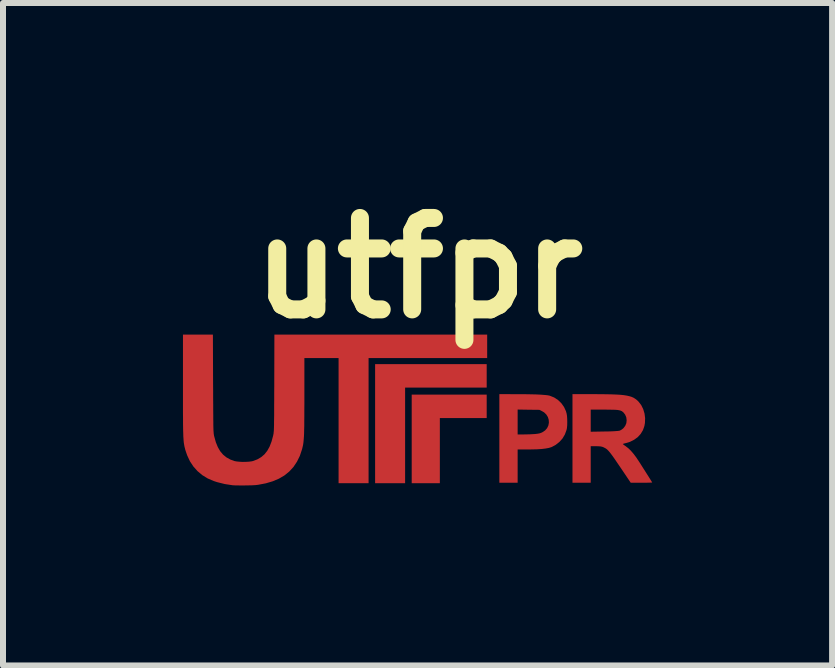
<source format=kicad_pcb>
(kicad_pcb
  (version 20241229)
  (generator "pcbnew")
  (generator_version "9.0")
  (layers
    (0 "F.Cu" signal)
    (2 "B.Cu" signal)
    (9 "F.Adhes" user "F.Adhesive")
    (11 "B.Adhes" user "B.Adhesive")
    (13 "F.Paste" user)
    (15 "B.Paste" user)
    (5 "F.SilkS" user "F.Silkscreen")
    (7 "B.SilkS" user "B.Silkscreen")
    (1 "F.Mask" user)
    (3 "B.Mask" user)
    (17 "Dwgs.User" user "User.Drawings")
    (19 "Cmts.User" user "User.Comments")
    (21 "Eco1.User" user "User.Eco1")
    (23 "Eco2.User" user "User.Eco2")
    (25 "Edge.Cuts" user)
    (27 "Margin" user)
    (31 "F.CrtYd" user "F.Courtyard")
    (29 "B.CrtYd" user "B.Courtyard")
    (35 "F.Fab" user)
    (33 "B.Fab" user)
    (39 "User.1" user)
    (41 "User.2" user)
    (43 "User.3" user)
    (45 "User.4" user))
  (footprint "utfpr"
    (layer "F.Cu")
    (at 3.93 3.958)
    (property "Reference" "utfpr" (at 0 -2.54 0) (layer "F.SilkS") (effects (font (size 1.524 1.524) (thickness 0.3))))
    (attr board_only exclude_from_pos_files exclude_from_bom)
    (fp_poly (pts (xy 1.133 -0.547) (xy -0.227 -0.547) (xy -0.227 1.047) (xy -0.727 1.047) (xy -0.727 -0.938) (xy 1.133 -0.938)) (stroke (width 0) (type solid)) (fill yes) (layer "F.Cu"))
    (fp_poly (pts (xy 1.133 -0.039) (xy 0.352 -0.039) (xy 0.352 1.047) (xy -0.117 1.047) (xy -0.117 -0.43) (xy 1.133 -0.43)) (stroke (width 0) (type solid)) (fill yes) (layer "F.Cu"))
    (fp_poly (pts (xy 1.627 -0.437) (xy 1.751 -0.437) (xy 1.861 -0.435) (xy 1.956 -0.433) (xy 2.035 -0.429) (xy 2.1 -0.424) (xy 2.149 -0.419) (xy 2.183 -0.412) (xy 2.186 -0.411) (xy 2.258 -0.382) (xy 2.322 -0.34) (xy 2.377 -0.287) (xy 2.422 -0.224) (xy 2.454 -0.154) (xy 2.465 -0.115) (xy 2.472 -0.074) (xy 2.475 -0.024) (xy 2.476 0.03) (xy 2.475 0.083) (xy 2.47 0.131) (xy 2.464 0.159) (xy 2.437 0.233) (xy 2.397 0.301) (xy 2.345 0.359) (xy 2.283 0.408) (xy 2.213 0.445) (xy 2.21 0.446) (xy 2.168 0.459) (xy 2.113 0.469) (xy 2.046 0.477) (xy 1.965 0.482) (xy 1.87 0.484) (xy 1.826 0.484) (xy 1.649 0.484) (xy 1.649 1.039) (xy 1.344 1.039) (xy 1.344 -0.181) (xy 1.649 -0.181) (xy 1.649 0.234) (xy 1.752 0.234) (xy 1.801 0.233) (xy 1.853 0.232) (xy 1.903 0.229) (xy 1.938 0.227) (xy 1.981 0.222) (xy 2.014 0.216) (xy 2.041 0.207) (xy 2.062 0.197) (xy 2.107 0.167) (xy 2.14 0.129) (xy 2.161 0.085) (xy 2.17 0.038) (xy 2.167 -0.01) (xy 2.153 -0.056) (xy 2.127 -0.098) (xy 2.09 -0.134) (xy 2.059 -0.152) (xy 2.012 -0.176) (xy 1.83 -0.178) (xy 1.649 -0.181) (xy 1.344 -0.181) (xy 1.344 -0.438)) (stroke (width 0) (type solid)) (fill yes) (layer "F.Cu"))
    (fp_poly (pts (xy 2.901 -0.438) (xy 3.019 -0.437) (xy 3.124 -0.436) (xy 3.215 -0.434) (xy 3.294 -0.431) (xy 3.362 -0.427) (xy 3.42 -0.421) (xy 3.47 -0.413) (xy 3.513 -0.403) (xy 3.549 -0.392) (xy 3.581 -0.378) (xy 3.608 -0.361) (xy 3.634 -0.342) (xy 3.657 -0.32) (xy 3.665 -0.312) (xy 3.709 -0.255) (xy 3.742 -0.188) (xy 3.764 -0.115) (xy 3.774 -0.038) (xy 3.771 0.042) (xy 3.762 0.093) (xy 3.738 0.162) (xy 3.7 0.225) (xy 3.651 0.279) (xy 3.59 0.323) (xy 3.52 0.358) (xy 3.454 0.378) (xy 3.429 0.384) (xy 3.41 0.39) (xy 3.402 0.393) (xy 3.406 0.398) (xy 3.421 0.41) (xy 3.444 0.426) (xy 3.455 0.434) (xy 3.496 0.466) (xy 3.537 0.506) (xy 3.58 0.556) (xy 3.626 0.617) (xy 3.675 0.691) (xy 3.683 0.703) (xy 3.733 0.782) (xy 3.775 0.848) (xy 3.81 0.903) (xy 3.838 0.947) (xy 3.859 0.981) (xy 3.875 1.006) (xy 3.885 1.023) (xy 3.89 1.032) (xy 3.891 1.035) (xy 3.883 1.036) (xy 3.863 1.037) (xy 3.83 1.038) (xy 3.789 1.039) (xy 3.741 1.039) (xy 3.712 1.039) (xy 3.534 1.039) (xy 3.388 0.822) (xy 3.337 0.747) (xy 3.294 0.684) (xy 3.258 0.631) (xy 3.227 0.588) (xy 3.202 0.554) (xy 3.18 0.527) (xy 3.161 0.505) (xy 3.145 0.489) (xy 3.13 0.476) (xy 3.115 0.466) (xy 3.111 0.464) (xy 3.085 0.45) (xy 3.06 0.44) (xy 3.032 0.434) (xy 2.996 0.431) (xy 2.95 0.43) (xy 2.94 0.43) (xy 2.867 0.43) (xy 2.867 1.039) (xy 2.563 1.039) (xy 2.563 0.189) (xy 2.867 0.189) (xy 3.092 0.185) (xy 3.163 0.184) (xy 3.225 0.182) (xy 3.276 0.179) (xy 3.315 0.176) (xy 3.34 0.173) (xy 3.347 0.172) (xy 3.37 0.161) (xy 3.396 0.143) (xy 3.412 0.13) (xy 3.442 0.091) (xy 3.461 0.046) (xy 3.466 -0.003) (xy 3.46 -0.051) (xy 3.441 -0.096) (xy 3.414 -0.131) (xy 3.399 -0.144) (xy 3.384 -0.155) (xy 3.365 -0.163) (xy 3.343 -0.169) (xy 3.314 -0.174) (xy 3.276 -0.177) (xy 3.229 -0.178) (xy 3.17 -0.179) (xy 3.098 -0.18) (xy 3.089 -0.18) (xy 2.867 -0.18) (xy 2.867 0.189) (xy 2.563 0.189) (xy 2.563 -0.438)) (stroke (width 0) (type solid)) (fill yes) (layer "F.Cu"))
    (fp_poly (pts (xy -3.428 -0.615) (xy -3.427 -0.485) (xy -3.427 -0.369) (xy -3.426 -0.266) (xy -3.426 -0.177) (xy -3.425 -0.099) (xy -3.425 -0.032) (xy -3.424 0.025) (xy -3.424 0.074) (xy -3.423 0.114) (xy -3.422 0.147) (xy -3.421 0.175) (xy -3.419 0.197) (xy -3.418 0.215) (xy -3.416 0.231) (xy -3.414 0.244) (xy -3.412 0.255) (xy -3.409 0.267) (xy -3.408 0.27) (xy -3.382 0.364) (xy -3.349 0.445) (xy -3.31 0.513) (xy -3.262 0.57) (xy -3.206 0.616) (xy -3.141 0.652) (xy -3.074 0.677) (xy -3.038 0.684) (xy -2.99 0.689) (xy -2.936 0.692) (xy -2.881 0.691) (xy -2.829 0.688) (xy -2.784 0.682) (xy -2.762 0.677) (xy -2.689 0.649) (xy -2.626 0.612) (xy -2.571 0.565) (xy -2.525 0.507) (xy -2.486 0.437) (xy -2.454 0.354) (xy -2.428 0.258) (xy -2.425 0.246) (xy -2.423 0.234) (xy -2.42 0.221) (xy -2.419 0.206) (xy -2.417 0.189) (xy -2.415 0.169) (xy -2.414 0.143) (xy -2.413 0.112) (xy -2.412 0.075) (xy -2.412 0.03) (xy -2.411 -0.024) (xy -2.41 -0.087) (xy -2.41 -0.16) (xy -2.41 -0.245) (xy -2.409 -0.343) (xy -2.409 -0.453) (xy -2.408 -0.578) (xy -2.408 -0.623) (xy -2.406 -1.43) (xy 1.141 -1.43) (xy 1.141 -1.039) (xy -0.836 -1.039) (xy -0.836 1.047) (xy -1.336 1.047) (xy -1.336 -1.039) (xy -1.906 -1.039) (xy -1.906 -0.399) (xy -1.906 -0.274) (xy -1.907 -0.163) (xy -1.907 -0.065) (xy -1.908 0.02) (xy -1.908 0.094) (xy -1.91 0.158) (xy -1.911 0.214) (xy -1.913 0.261) (xy -1.916 0.302) (xy -1.919 0.338) (xy -1.922 0.369) (xy -1.926 0.397) (xy -1.931 0.423) (xy -1.937 0.448) (xy -1.943 0.474) (xy -1.946 0.484) (xy -1.982 0.592) (xy -2.03 0.689) (xy -2.088 0.776) (xy -2.157 0.851) (xy -2.238 0.917) (xy -2.33 0.971) (xy -2.434 1.015) (xy -2.549 1.049) (xy -2.676 1.073) (xy -2.715 1.078) (xy -2.745 1.08) (xy -2.786 1.082) (xy -2.836 1.083) (xy -2.891 1.084) (xy -2.946 1.085) (xy -3 1.084) (xy -3.047 1.084) (xy -3.084 1.082) (xy -3.102 1.081) (xy -3.233 1.061) (xy -3.361 1.029) (xy -3.416 1.011) (xy -3.517 0.968) (xy -3.607 0.913) (xy -3.687 0.846) (xy -3.756 0.769) (xy -3.814 0.681) (xy -3.86 0.582) (xy -3.886 0.507) (xy -3.893 0.484) (xy -3.898 0.462) (xy -3.904 0.441) (xy -3.908 0.419) (xy -3.912 0.396) (xy -3.916 0.371) (xy -3.919 0.342) (xy -3.921 0.309) (xy -3.924 0.27) (xy -3.925 0.226) (xy -3.927 0.174) (xy -3.928 0.114) (xy -3.929 0.044) (xy -3.929 -0.035) (xy -3.93 -0.125) (xy -3.93 -0.228) (xy -3.93 -0.343) (xy -3.93 -0.473) (xy -3.93 -0.578) (xy -3.93 -1.43) (xy -3.431 -1.43)) (stroke (width 0) (type solid)) (fill yes) (layer "F.Cu")))
  (gr_rect
    (start -3 -3)
    (end 10.821 8.043)
    (stroke (width 0.1) (type default))
    (fill no)
    (layer "Edge.Cuts")))
</source>
